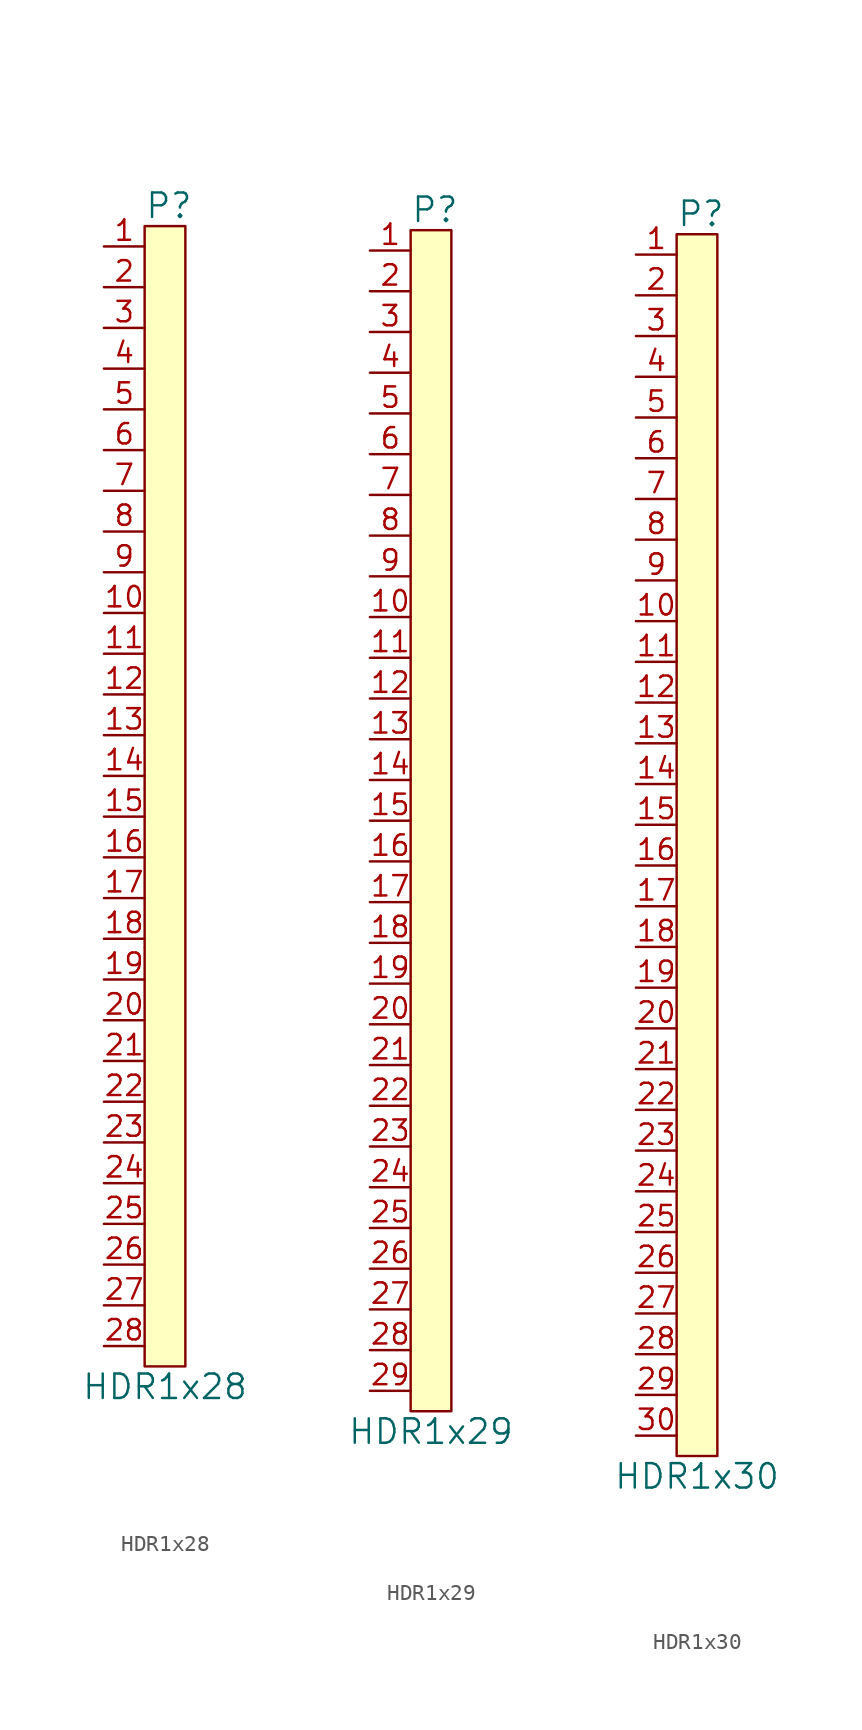
<source format=kicad_sym>
(kicad_symbol_lib
  (version 20231120)
  (generator "kicad_symbol_editor")
  (generator_version "8.0")
  (symbol "HDR1x28"
    (property "Reference" "P"
      (at -1.27 36.83 0)
      (effects (font (size 1.524 1.524)) (justify left)))
    (property "Value" "HDR1x28"
      (at 0 -36.83 0)
      (effects (font (size 1.524 1.524))))
    (symbol "HDR1x28_0_1"
      (rectangle (start -1.27 35.56) (end 1.27 -35.56) (stroke (width 0) (type default)) (fill (type background))))
    (symbol "HDR1x28_1_1"
      (pin unspecified line (at -3.81 34.29 0) (length 2.54) (name "~" (effects (font (size 1.27 1.27)))) (number "1" (effects (font (size 1.27 1.27)))))
      (pin unspecified line (at -3.81 11.43 0) (length 2.54) (name "~" (effects (font (size 1.27 1.27)))) (number "10" (effects (font (size 1.27 1.27)))))
      (pin unspecified line (at -3.81 8.89 0) (length 2.54) (name "~" (effects (font (size 1.27 1.27)))) (number "11" (effects (font (size 1.27 1.27)))))
      (pin unspecified line (at -3.81 6.35 0) (length 2.54) (name "~" (effects (font (size 1.27 1.27)))) (number "12" (effects (font (size 1.27 1.27)))))
      (pin unspecified line (at -3.81 3.81 0) (length 2.54) (name "~" (effects (font (size 1.27 1.27)))) (number "13" (effects (font (size 1.27 1.27)))))
      (pin unspecified line (at -3.81 1.27 0) (length 2.54) (name "~" (effects (font (size 1.27 1.27)))) (number "14" (effects (font (size 1.27 1.27)))))
      (pin unspecified line (at -3.81 -1.27 0) (length 2.54) (name "~" (effects (font (size 1.27 1.27)))) (number "15" (effects (font (size 1.27 1.27)))))
      (pin unspecified line (at -3.81 -3.81 0) (length 2.54) (name "~" (effects (font (size 1.27 1.27)))) (number "16" (effects (font (size 1.27 1.27)))))
      (pin unspecified line (at -3.81 -6.35 0) (length 2.54) (name "~" (effects (font (size 1.27 1.27)))) (number "17" (effects (font (size 1.27 1.27)))))
      (pin unspecified line (at -3.81 -8.89 0) (length 2.54) (name "~" (effects (font (size 1.27 1.27)))) (number "18" (effects (font (size 1.27 1.27)))))
      (pin unspecified line (at -3.81 -11.43 0) (length 2.54) (name "~" (effects (font (size 1.27 1.27)))) (number "19" (effects (font (size 1.27 1.27)))))
      (pin unspecified line (at -3.81 31.75 0) (length 2.54) (name "~" (effects (font (size 1.27 1.27)))) (number "2" (effects (font (size 1.27 1.27)))))
      (pin unspecified line (at -3.81 -13.97 0) (length 2.54) (name "~" (effects (font (size 1.27 1.27)))) (number "20" (effects (font (size 1.27 1.27)))))
      (pin unspecified line (at -3.81 -16.51 0) (length 2.54) (name "~" (effects (font (size 1.27 1.27)))) (number "21" (effects (font (size 1.27 1.27)))))
      (pin unspecified line (at -3.81 -19.05 0) (length 2.54) (name "~" (effects (font (size 1.27 1.27)))) (number "22" (effects (font (size 1.27 1.27)))))
      (pin unspecified line (at -3.81 -21.59 0) (length 2.54) (name "~" (effects (font (size 1.27 1.27)))) (number "23" (effects (font (size 1.27 1.27)))))
      (pin unspecified line (at -3.81 -24.13 0) (length 2.54) (name "~" (effects (font (size 1.27 1.27)))) (number "24" (effects (font (size 1.27 1.27)))))
      (pin unspecified line (at -3.81 -26.67 0) (length 2.54) (name "~" (effects (font (size 1.27 1.27)))) (number "25" (effects (font (size 1.27 1.27)))))
      (pin unspecified line (at -3.81 -29.21 0) (length 2.54) (name "~" (effects (font (size 1.27 1.27)))) (number "26" (effects (font (size 1.27 1.27)))))
      (pin unspecified line (at -3.81 -31.75 0) (length 2.54) (name "~" (effects (font (size 1.27 1.27)))) (number "27" (effects (font (size 1.27 1.27)))))
      (pin unspecified line (at -3.81 -34.29 0) (length 2.54) (name "~" (effects (font (size 1.27 1.27)))) (number "28" (effects (font (size 1.27 1.27)))))
      (pin unspecified line (at -3.81 29.21 0) (length 2.54) (name "~" (effects (font (size 1.27 1.27)))) (number "3" (effects (font (size 1.27 1.27)))))
      (pin unspecified line (at -3.81 26.67 0) (length 2.54) (name "~" (effects (font (size 1.27 1.27)))) (number "4" (effects (font (size 1.27 1.27)))))
      (pin unspecified line (at -3.81 24.13 0) (length 2.54) (name "~" (effects (font (size 1.27 1.27)))) (number "5" (effects (font (size 1.27 1.27)))))
      (pin unspecified line (at -3.81 21.59 0) (length 2.54) (name "~" (effects (font (size 1.27 1.27)))) (number "6" (effects (font (size 1.27 1.27)))))
      (pin unspecified line (at -3.81 19.05 0) (length 2.54) (name "~" (effects (font (size 1.27 1.27)))) (number "7" (effects (font (size 1.27 1.27)))))
      (pin unspecified line (at -3.81 16.51 0) (length 2.54) (name "~" (effects (font (size 1.27 1.27)))) (number "8" (effects (font (size 1.27 1.27)))))
      (pin unspecified line (at -3.81 13.97 0) (length 2.54) (name "~" (effects (font (size 1.27 1.27)))) (number "9" (effects (font (size 1.27 1.27)))))))
  (symbol "HDR1x29"
    (property "Reference" "P"
      (at -1.27 38.1 0)
      (effects (font (size 1.524 1.524)) (justify left)))
    (property "Value" "HDR1x29"
      (at 0 -38.1 0)
      (effects (font (size 1.524 1.524))))
    (symbol "HDR1x29_0_1"
      (rectangle (start -1.27 36.83) (end 1.27 -36.83) (stroke (width 0) (type default)) (fill (type background))))
    (symbol "HDR1x29_1_1"
      (pin unspecified line (at -3.81 35.56 0) (length 2.54) (name "~" (effects (font (size 1.27 1.27)))) (number "1" (effects (font (size 1.27 1.27)))))
      (pin unspecified line (at -3.81 12.7 0) (length 2.54) (name "~" (effects (font (size 1.27 1.27)))) (number "10" (effects (font (size 1.27 1.27)))))
      (pin unspecified line (at -3.81 10.16 0) (length 2.54) (name "~" (effects (font (size 1.27 1.27)))) (number "11" (effects (font (size 1.27 1.27)))))
      (pin unspecified line (at -3.81 7.62 0) (length 2.54) (name "~" (effects (font (size 1.27 1.27)))) (number "12" (effects (font (size 1.27 1.27)))))
      (pin unspecified line (at -3.81 5.08 0) (length 2.54) (name "~" (effects (font (size 1.27 1.27)))) (number "13" (effects (font (size 1.27 1.27)))))
      (pin unspecified line (at -3.81 2.54 0) (length 2.54) (name "~" (effects (font (size 1.27 1.27)))) (number "14" (effects (font (size 1.27 1.27)))))
      (pin unspecified line (at -3.81 0 0) (length 2.54) (name "~" (effects (font (size 1.27 1.27)))) (number "15" (effects (font (size 1.27 1.27)))))
      (pin unspecified line (at -3.81 -2.54 0) (length 2.54) (name "~" (effects (font (size 1.27 1.27)))) (number "16" (effects (font (size 1.27 1.27)))))
      (pin unspecified line (at -3.81 -5.08 0) (length 2.54) (name "~" (effects (font (size 1.27 1.27)))) (number "17" (effects (font (size 1.27 1.27)))))
      (pin unspecified line (at -3.81 -7.62 0) (length 2.54) (name "~" (effects (font (size 1.27 1.27)))) (number "18" (effects (font (size 1.27 1.27)))))
      (pin unspecified line (at -3.81 -10.16 0) (length 2.54) (name "~" (effects (font (size 1.27 1.27)))) (number "19" (effects (font (size 1.27 1.27)))))
      (pin unspecified line (at -3.81 33.02 0) (length 2.54) (name "~" (effects (font (size 1.27 1.27)))) (number "2" (effects (font (size 1.27 1.27)))))
      (pin unspecified line (at -3.81 -12.7 0) (length 2.54) (name "~" (effects (font (size 1.27 1.27)))) (number "20" (effects (font (size 1.27 1.27)))))
      (pin unspecified line (at -3.81 -15.24 0) (length 2.54) (name "~" (effects (font (size 1.27 1.27)))) (number "21" (effects (font (size 1.27 1.27)))))
      (pin unspecified line (at -3.81 -17.78 0) (length 2.54) (name "~" (effects (font (size 1.27 1.27)))) (number "22" (effects (font (size 1.27 1.27)))))
      (pin unspecified line (at -3.81 -20.32 0) (length 2.54) (name "~" (effects (font (size 1.27 1.27)))) (number "23" (effects (font (size 1.27 1.27)))))
      (pin unspecified line (at -3.81 -22.86 0) (length 2.54) (name "~" (effects (font (size 1.27 1.27)))) (number "24" (effects (font (size 1.27 1.27)))))
      (pin unspecified line (at -3.81 -25.4 0) (length 2.54) (name "~" (effects (font (size 1.27 1.27)))) (number "25" (effects (font (size 1.27 1.27)))))
      (pin unspecified line (at -3.81 -27.94 0) (length 2.54) (name "~" (effects (font (size 1.27 1.27)))) (number "26" (effects (font (size 1.27 1.27)))))
      (pin unspecified line (at -3.81 -30.48 0) (length 2.54) (name "~" (effects (font (size 1.27 1.27)))) (number "27" (effects (font (size 1.27 1.27)))))
      (pin unspecified line (at -3.81 -33.02 0) (length 2.54) (name "~" (effects (font (size 1.27 1.27)))) (number "28" (effects (font (size 1.27 1.27)))))
      (pin unspecified line (at -3.81 -35.56 0) (length 2.54) (name "~" (effects (font (size 1.27 1.27)))) (number "29" (effects (font (size 1.27 1.27)))))
      (pin unspecified line (at -3.81 30.48 0) (length 2.54) (name "~" (effects (font (size 1.27 1.27)))) (number "3" (effects (font (size 1.27 1.27)))))
      (pin unspecified line (at -3.81 27.94 0) (length 2.54) (name "~" (effects (font (size 1.27 1.27)))) (number "4" (effects (font (size 1.27 1.27)))))
      (pin unspecified line (at -3.81 25.4 0) (length 2.54) (name "~" (effects (font (size 1.27 1.27)))) (number "5" (effects (font (size 1.27 1.27)))))
      (pin unspecified line (at -3.81 22.86 0) (length 2.54) (name "~" (effects (font (size 1.27 1.27)))) (number "6" (effects (font (size 1.27 1.27)))))
      (pin unspecified line (at -3.81 20.32 0) (length 2.54) (name "~" (effects (font (size 1.27 1.27)))) (number "7" (effects (font (size 1.27 1.27)))))
      (pin unspecified line (at -3.81 17.78 0) (length 2.54) (name "~" (effects (font (size 1.27 1.27)))) (number "8" (effects (font (size 1.27 1.27)))))
      (pin unspecified line (at -3.81 15.24 0) (length 2.54) (name "~" (effects (font (size 1.27 1.27)))) (number "9" (effects (font (size 1.27 1.27)))))))
  (symbol "HDR1x30"
    (property "Reference" "P"
      (at -1.27 39.37 0)
      (effects (font (size 1.524 1.524)) (justify left)))
    (property "Value" "HDR1x30"
      (at 0 -39.37 0)
      (effects (font (size 1.524 1.524))))
    (symbol "HDR1x30_0_1"
      (rectangle (start -1.27 38.1) (end 1.27 -38.1) (stroke (width 0) (type default)) (fill (type background))))
    (symbol "HDR1x30_1_1"
      (pin unspecified line (at -3.81 36.83 0) (length 2.54) (name "~" (effects (font (size 1.27 1.27)))) (number "1" (effects (font (size 1.27 1.27)))))
      (pin unspecified line (at -3.81 13.97 0) (length 2.54) (name "~" (effects (font (size 1.27 1.27)))) (number "10" (effects (font (size 1.27 1.27)))))
      (pin unspecified line (at -3.81 11.43 0) (length 2.54) (name "~" (effects (font (size 1.27 1.27)))) (number "11" (effects (font (size 1.27 1.27)))))
      (pin unspecified line (at -3.81 8.89 0) (length 2.54) (name "~" (effects (font (size 1.27 1.27)))) (number "12" (effects (font (size 1.27 1.27)))))
      (pin unspecified line (at -3.81 6.35 0) (length 2.54) (name "~" (effects (font (size 1.27 1.27)))) (number "13" (effects (font (size 1.27 1.27)))))
      (pin unspecified line (at -3.81 3.81 0) (length 2.54) (name "~" (effects (font (size 1.27 1.27)))) (number "14" (effects (font (size 1.27 1.27)))))
      (pin unspecified line (at -3.81 1.27 0) (length 2.54) (name "~" (effects (font (size 1.27 1.27)))) (number "15" (effects (font (size 1.27 1.27)))))
      (pin unspecified line (at -3.81 -1.27 0) (length 2.54) (name "~" (effects (font (size 1.27 1.27)))) (number "16" (effects (font (size 1.27 1.27)))))
      (pin unspecified line (at -3.81 -3.81 0) (length 2.54) (name "~" (effects (font (size 1.27 1.27)))) (number "17" (effects (font (size 1.27 1.27)))))
      (pin unspecified line (at -3.81 -6.35 0) (length 2.54) (name "~" (effects (font (size 1.27 1.27)))) (number "18" (effects (font (size 1.27 1.27)))))
      (pin unspecified line (at -3.81 -8.89 0) (length 2.54) (name "~" (effects (font (size 1.27 1.27)))) (number "19" (effects (font (size 1.27 1.27)))))
      (pin unspecified line (at -3.81 34.29 0) (length 2.54) (name "~" (effects (font (size 1.27 1.27)))) (number "2" (effects (font (size 1.27 1.27)))))
      (pin unspecified line (at -3.81 -11.43 0) (length 2.54) (name "~" (effects (font (size 1.27 1.27)))) (number "20" (effects (font (size 1.27 1.27)))))
      (pin unspecified line (at -3.81 -13.97 0) (length 2.54) (name "~" (effects (font (size 1.27 1.27)))) (number "21" (effects (font (size 1.27 1.27)))))
      (pin unspecified line (at -3.81 -16.51 0) (length 2.54) (name "~" (effects (font (size 1.27 1.27)))) (number "22" (effects (font (size 1.27 1.27)))))
      (pin unspecified line (at -3.81 -19.05 0) (length 2.54) (name "~" (effects (font (size 1.27 1.27)))) (number "23" (effects (font (size 1.27 1.27)))))
      (pin unspecified line (at -3.81 -21.59 0) (length 2.54) (name "~" (effects (font (size 1.27 1.27)))) (number "24" (effects (font (size 1.27 1.27)))))
      (pin unspecified line (at -3.81 -24.13 0) (length 2.54) (name "~" (effects (font (size 1.27 1.27)))) (number "25" (effects (font (size 1.27 1.27)))))
      (pin unspecified line (at -3.81 -26.67 0) (length 2.54) (name "~" (effects (font (size 1.27 1.27)))) (number "26" (effects (font (size 1.27 1.27)))))
      (pin unspecified line (at -3.81 -29.21 0) (length 2.54) (name "~" (effects (font (size 1.27 1.27)))) (number "27" (effects (font (size 1.27 1.27)))))
      (pin unspecified line (at -3.81 -31.75 0) (length 2.54) (name "~" (effects (font (size 1.27 1.27)))) (number "28" (effects (font (size 1.27 1.27)))))
      (pin unspecified line (at -3.81 -34.29 0) (length 2.54) (name "~" (effects (font (size 1.27 1.27)))) (number "29" (effects (font (size 1.27 1.27)))))
      (pin unspecified line (at -3.81 31.75 0) (length 2.54) (name "~" (effects (font (size 1.27 1.27)))) (number "3" (effects (font (size 1.27 1.27)))))
      (pin unspecified line (at -3.81 -36.83 0) (length 2.54) (name "~" (effects (font (size 1.27 1.27)))) (number "30" (effects (font (size 1.27 1.27)))))
      (pin unspecified line (at -3.81 29.21 0) (length 2.54) (name "~" (effects (font (size 1.27 1.27)))) (number "4" (effects (font (size 1.27 1.27)))))
      (pin unspecified line (at -3.81 26.67 0) (length 2.54) (name "~" (effects (font (size 1.27 1.27)))) (number "5" (effects (font (size 1.27 1.27)))))
      (pin unspecified line (at -3.81 24.13 0) (length 2.54) (name "~" (effects (font (size 1.27 1.27)))) (number "6" (effects (font (size 1.27 1.27)))))
      (pin unspecified line (at -3.81 21.59 0) (length 2.54) (name "~" (effects (font (size 1.27 1.27)))) (number "7" (effects (font (size 1.27 1.27)))))
      (pin unspecified line (at -3.81 19.05 0) (length 2.54) (name "~" (effects (font (size 1.27 1.27)))) (number "8" (effects (font (size 1.27 1.27)))))
      (pin unspecified line (at -3.81 16.51 0) (length 2.54) (name "~" (effects (font (size 1.27 1.27)))) (number "9" (effects (font (size 1.27 1.27))))))))
</source>
